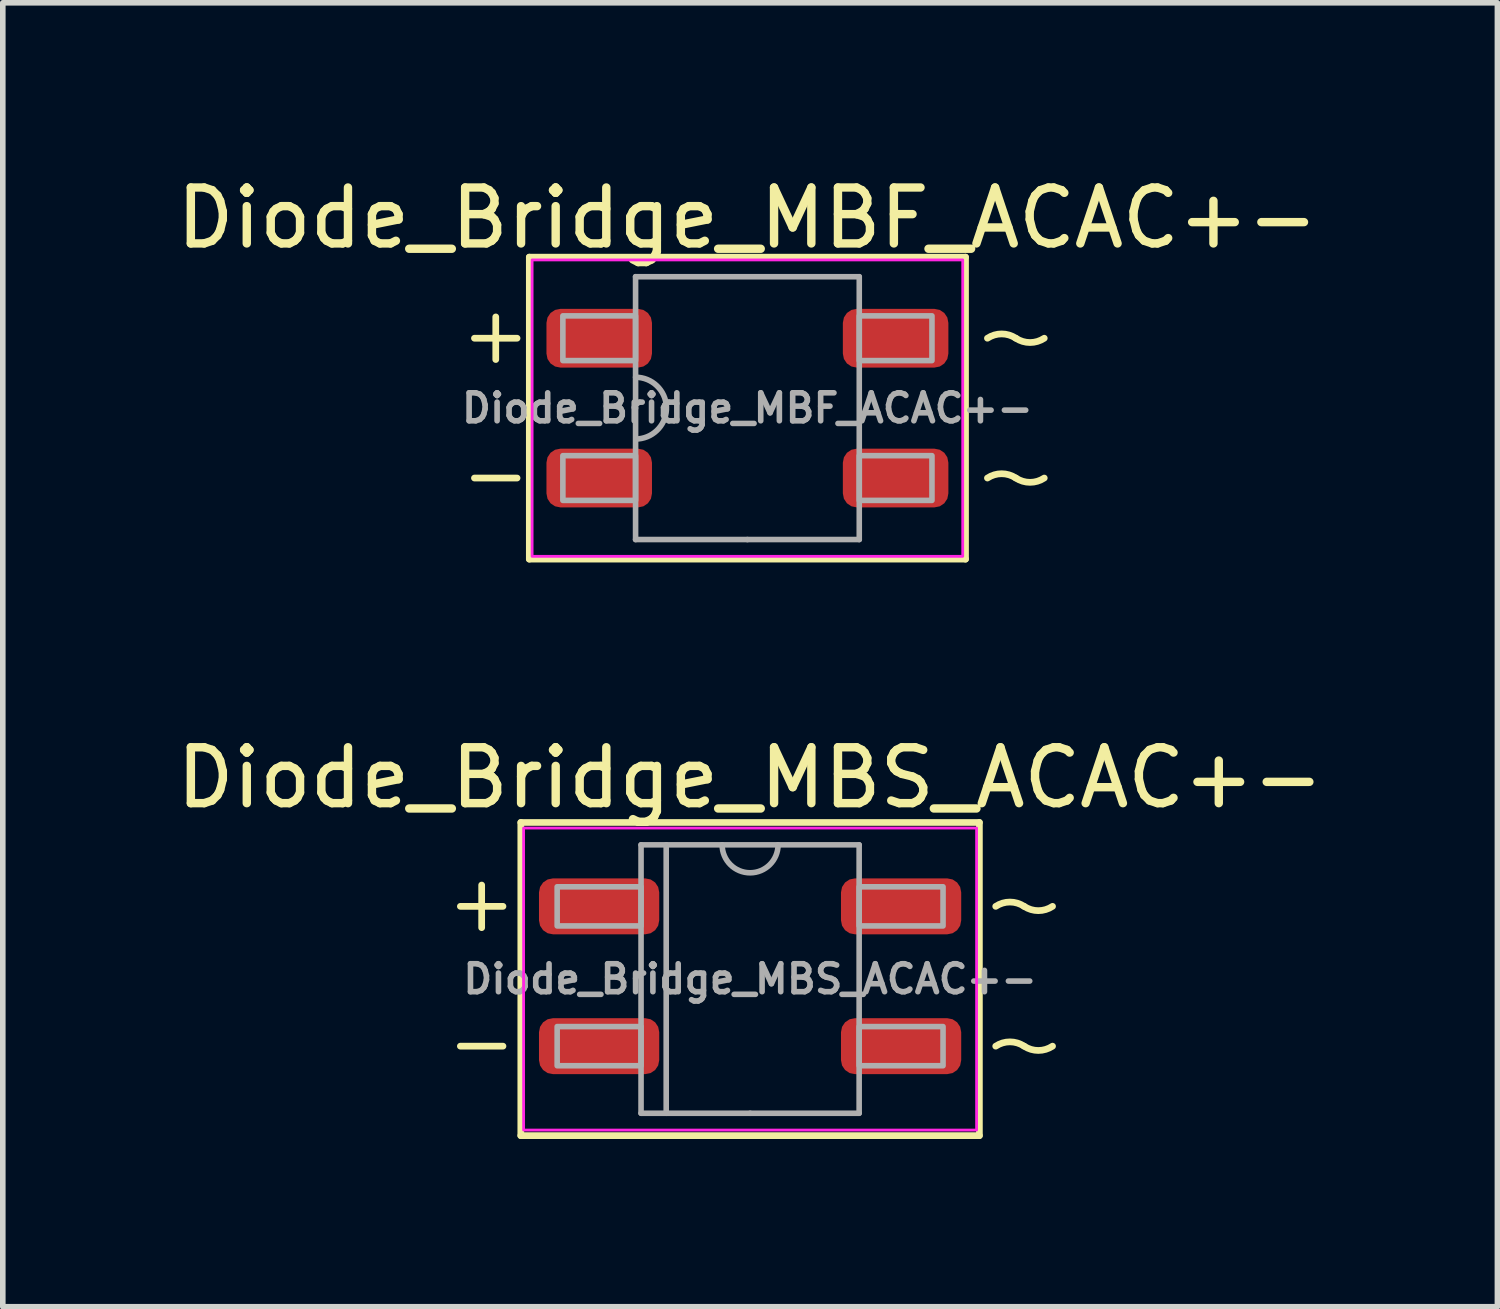
<source format=kicad_pcb>
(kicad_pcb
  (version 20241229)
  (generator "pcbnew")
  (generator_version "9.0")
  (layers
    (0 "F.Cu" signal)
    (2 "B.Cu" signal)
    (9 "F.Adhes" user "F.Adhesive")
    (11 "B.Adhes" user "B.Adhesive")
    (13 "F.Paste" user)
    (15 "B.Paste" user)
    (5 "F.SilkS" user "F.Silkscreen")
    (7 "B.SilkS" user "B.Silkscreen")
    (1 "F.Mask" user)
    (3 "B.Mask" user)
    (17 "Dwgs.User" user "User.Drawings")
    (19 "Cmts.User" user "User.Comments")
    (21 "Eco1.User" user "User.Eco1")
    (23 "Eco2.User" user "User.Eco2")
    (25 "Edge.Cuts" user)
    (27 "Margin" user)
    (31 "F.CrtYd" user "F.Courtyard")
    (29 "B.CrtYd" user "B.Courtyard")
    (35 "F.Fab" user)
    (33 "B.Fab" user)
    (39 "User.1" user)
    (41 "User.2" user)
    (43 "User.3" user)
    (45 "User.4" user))
  (footprint "Diode_Bridge_MBS_ACAC+-"
    (layer "F.Cu")
    (at 10.363 14.457)
    (property "Reference" "Diode_Bridge_MBS_ACAC+-" (at 0 -3.6 0) (unlocked yes) (layer "F.SilkS") (effects (font (size 1 1) (thickness 0.15))))
    (fp_line (start -5.181 -1.3) (end -4.419 -1.3) (stroke (width 0.12) (type solid)) (layer "F.SilkS"))
    (fp_line (start -5.181 1.2) (end -4.419 1.2) (stroke (width 0.12) (type solid)) (layer "F.SilkS"))
    (fp_line (start -4.8 -1.681) (end -4.8 -0.919) (stroke (width 0.12) (type solid)) (layer "F.SilkS"))
    (fp_line (start -4.1 -2.8) (end -4.1 2.8) (stroke (width 0.12) (type solid)) (layer "F.SilkS"))
    (fp_line (start -4.1 2.8) (end 4.1 2.8) (stroke (width 0.12) (type solid)) (layer "F.SilkS"))
    (fp_line (start 4.1 -2.8) (end -4.1 -2.8) (stroke (width 0.12) (type solid)) (layer "F.SilkS"))
    (fp_line (start 4.1 2.8) (end 4.1 -2.8) (stroke (width 0.12) (type solid)) (layer "F.SilkS"))
    (fp_arc (start 4.391999 1.200001) (mid 4.645998 1.123096) (end 4.899997 1.200001) (stroke (width 0.12) (type solid)) (layer "F.SilkS"))
    (fp_arc (start 4.392002 -1.3) (mid 4.646001 -1.376905) (end 4.9 -1.3) (stroke (width 0.12) (type solid)) (layer "F.SilkS"))
    (fp_arc (start 5.407998 1.2) (mid 5.153999 1.276905) (end 4.9 1.2) (stroke (width 0.12) (type solid)) (layer "F.SilkS"))
    (fp_arc (start 5.408001 -1.300001) (mid 5.154002 -1.223096) (end 4.900003 -1.300001) (stroke (width 0.12) (type solid)) (layer "F.SilkS"))
    (fp_rect (start -4.05 -2.7) (end 4.05 2.7) (stroke (width 0.05) (type solid)) (fill no) (layer "F.CrtYd"))
    (fp_line (start -1.95 -2.4) (end 1.95 -2.4) (stroke (width 0.1) (type solid)) (layer "F.Fab"))
    (fp_line (start -1.95 2.4) (end -1.95 -2.4) (stroke (width 0.1) (type solid)) (layer "F.Fab"))
    (fp_line (start -1.5 -2.4) (end -1.5 2.4) (stroke (width 0.1) (type solid)) (layer "F.Fab"))
    (fp_line (start 0 2.4) (end -1.95 2.4) (stroke (width 0.1) (type solid)) (layer "F.Fab"))
    (fp_line (start 1.95 -2.4) (end 1.95 2.4) (stroke (width 0.1) (type solid)) (layer "F.Fab"))
    (fp_line (start 1.95 2.4) (end 0 2.4) (stroke (width 0.1) (type solid)) (layer "F.Fab"))
    (fp_rect (start -3.45 -1.65) (end -1.95 -0.95) (stroke (width 0.1) (type solid)) (fill no) (layer "F.Fab"))
    (fp_rect (start -3.45 0.85) (end -1.95 1.55) (stroke (width 0.1) (type solid)) (fill no) (layer "F.Fab"))
    (fp_rect (start 1.95 -1.65) (end 3.45 -0.95) (stroke (width 0.1) (type solid)) (fill no) (layer "F.Fab"))
    (fp_rect (start 1.95 0.85) (end 3.45 1.55) (stroke (width 0.1) (type solid)) (fill no) (layer "F.Fab"))
    (fp_arc (start 0.5 -2.4) (mid 0 -1.9) (end -0.5 -2.4) (stroke (width 0.1) (type solid)) (layer "F.Fab"))
    (fp_text user "${REFERENCE}" (at 0 0 0) (layer "F.Fab") (effects (font (size 0.5 0.5) (thickness 0.1))))
    (pad "1" smd roundrect (at 2.7 1.2) (size 2.15 1) (layers "F.Cu" "F.Mask" "F.Paste") (roundrect_rratio 0.25))
    (pad "2" smd roundrect (at 2.7 -1.3) (size 2.15 1) (layers "F.Cu" "F.Mask" "F.Paste") (roundrect_rratio 0.25))
    (pad "3" smd roundrect (at -2.7 -1.3) (size 2.15 1) (layers "F.Cu" "F.Mask" "F.Paste") (roundrect_rratio 0.25))
    (pad "4" smd roundrect (at -2.7 1.2) (size 2.15 1) (layers "F.Cu" "F.Mask" "F.Paste") (roundrect_rratio 0.25)))
  (footprint "Diode_Bridge_MBF_ACAC+-"
    (layer "F.Cu")
    (at 10.315 4.248)
    (property "Reference" "Diode_Bridge_MBF_ACAC+-" (at 0 -3.4 0) (unlocked yes) (layer "F.SilkS") (effects (font (size 1 1) (thickness 0.15))))
    (fp_line (start -4.881 -1.25) (end -4.119 -1.25) (stroke (width 0.12) (type solid)) (layer "F.SilkS"))
    (fp_line (start -4.881 1.25) (end -4.119 1.25) (stroke (width 0.12) (type solid)) (layer "F.SilkS"))
    (fp_line (start -4.5 -1.631) (end -4.5 -0.869) (stroke (width 0.12) (type solid)) (layer "F.SilkS"))
    (fp_line (start -3.9 -2.7) (end -3.9 2.7) (stroke (width 0.12) (type solid)) (layer "F.SilkS"))
    (fp_line (start -3.9 2.7) (end 3.9 2.7) (stroke (width 0.12) (type solid)) (layer "F.SilkS"))
    (fp_line (start 3.9 -2.7) (end -3.9 -2.7) (stroke (width 0.12) (type solid)) (layer "F.SilkS"))
    (fp_line (start 3.9 2.7) (end 3.9 -2.7) (stroke (width 0.12) (type solid)) (layer "F.SilkS"))
    (fp_arc (start 4.291999 1.250001) (mid 4.545998 1.173096) (end 4.799997 1.250001) (stroke (width 0.12) (type solid)) (layer "F.SilkS"))
    (fp_arc (start 4.292002 -1.25) (mid 4.546001 -1.326905) (end 4.8 -1.25) (stroke (width 0.12) (type solid)) (layer "F.SilkS"))
    (fp_arc (start 5.307998 1.25) (mid 5.053999 1.326905) (end 4.8 1.25) (stroke (width 0.12) (type solid)) (layer "F.SilkS"))
    (fp_arc (start 5.308001 -1.250001) (mid 5.054002 -1.173096) (end 4.800003 -1.250001) (stroke (width 0.12) (type solid)) (layer "F.SilkS"))
    (fp_rect (start -3.85 -2.65) (end 3.85 2.65) (stroke (width 0.05) (type solid)) (fill no) (layer "F.CrtYd"))
    (fp_line (start -2 -2.35) (end 2 -2.35) (stroke (width 0.1) (type solid)) (layer "F.Fab"))
    (fp_line (start -2 0) (end -2 -2.35) (stroke (width 0.1) (type solid)) (layer "F.Fab"))
    (fp_line (start -2 2.35) (end -2 0) (stroke (width 0.1) (type solid)) (layer "F.Fab"))
    (fp_line (start 0 2.35) (end -2 2.35) (stroke (width 0.1) (type solid)) (layer "F.Fab"))
    (fp_line (start 2 -2.35) (end 2 2.35) (stroke (width 0.1) (type solid)) (layer "F.Fab"))
    (fp_line (start 2 2.35) (end 0 2.35) (stroke (width 0.1) (type solid)) (layer "F.Fab"))
    (fp_rect (start -3.3 -1.65) (end -2 -0.85) (stroke (width 0.1) (type solid)) (fill no) (layer "F.Fab"))
    (fp_rect (start -3.3 0.85) (end -2 1.65) (stroke (width 0.1) (type solid)) (fill no) (layer "F.Fab"))
    (fp_rect (start 2 -1.65) (end 3.3 -0.85) (stroke (width 0.1) (type solid)) (fill no) (layer "F.Fab"))
    (fp_rect (start 2 0.85) (end 3.3 1.65) (stroke (width 0.1) (type solid)) (fill no) (layer "F.Fab"))
    (fp_arc (start -2 -0.552268) (mid -1.448299 -0.025026) (end -1.95 0.55) (stroke (width 0.1) (type solid)) (layer "F.Fab"))
    (fp_text user "${REFERENCE}" (at 0 0 0) (layer "F.Fab") (effects (font (size 0.5 0.5) (thickness 0.1))))
    (pad "1" smd roundrect (at 2.65 1.25) (size 1.887 1.05) (layers "F.Cu" "F.Mask" "F.Paste") (roundrect_rratio 0.238))
    (pad "2" smd roundrect (at 2.65 -1.25) (size 1.887 1.05) (layers "F.Cu" "F.Mask" "F.Paste") (roundrect_rratio 0.238))
    (pad "3" smd roundrect (at -2.65 -1.25) (size 1.887 1.05) (layers "F.Cu" "F.Mask" "F.Paste") (roundrect_rratio 0.238))
    (pad "4" smd roundrect (at -2.65 1.25) (size 1.887 1.05) (layers "F.Cu" "F.Mask" "F.Paste") (roundrect_rratio 0.238)))
  (gr_rect
    (start -3 -3)
    (end 23.726 20.317)
    (stroke (width 0.1) (type default))
    (fill no)
    (layer "Edge.Cuts")))
</source>
